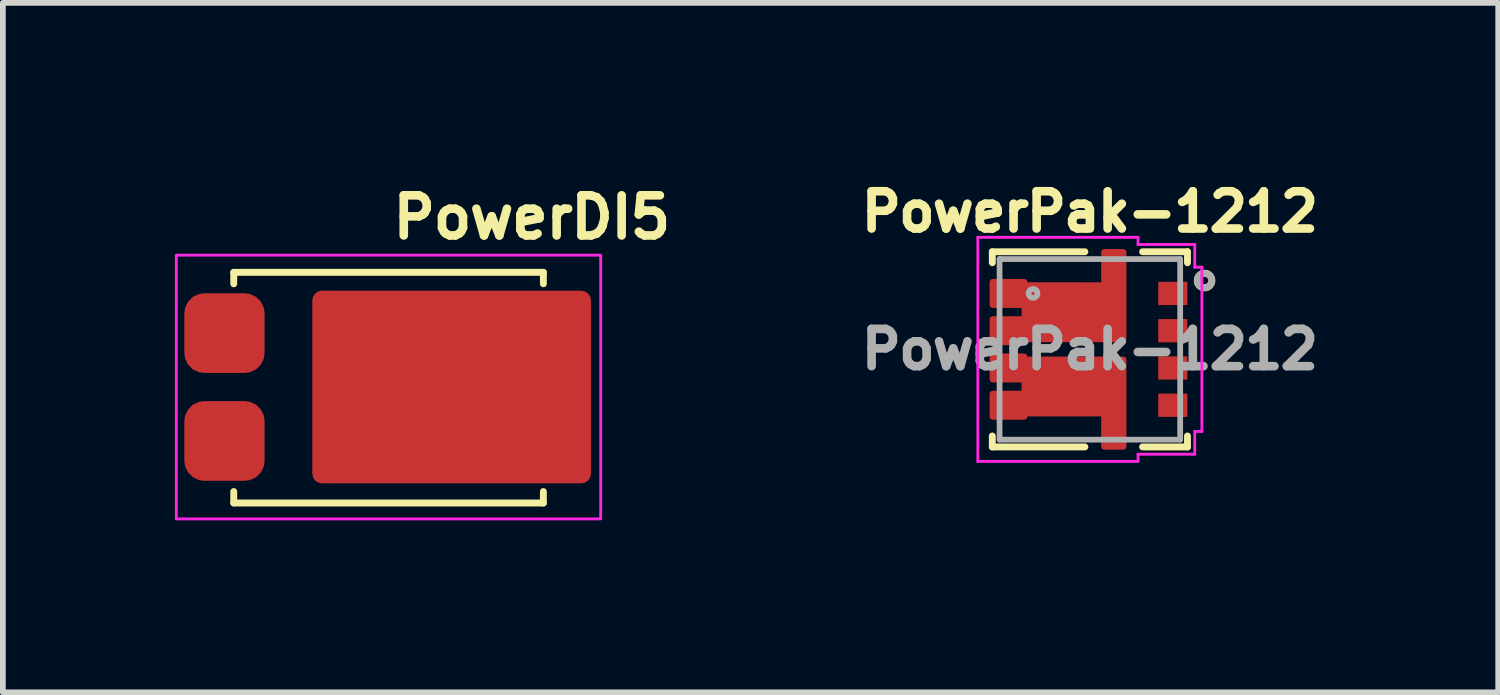
<source format=kicad_pcb>
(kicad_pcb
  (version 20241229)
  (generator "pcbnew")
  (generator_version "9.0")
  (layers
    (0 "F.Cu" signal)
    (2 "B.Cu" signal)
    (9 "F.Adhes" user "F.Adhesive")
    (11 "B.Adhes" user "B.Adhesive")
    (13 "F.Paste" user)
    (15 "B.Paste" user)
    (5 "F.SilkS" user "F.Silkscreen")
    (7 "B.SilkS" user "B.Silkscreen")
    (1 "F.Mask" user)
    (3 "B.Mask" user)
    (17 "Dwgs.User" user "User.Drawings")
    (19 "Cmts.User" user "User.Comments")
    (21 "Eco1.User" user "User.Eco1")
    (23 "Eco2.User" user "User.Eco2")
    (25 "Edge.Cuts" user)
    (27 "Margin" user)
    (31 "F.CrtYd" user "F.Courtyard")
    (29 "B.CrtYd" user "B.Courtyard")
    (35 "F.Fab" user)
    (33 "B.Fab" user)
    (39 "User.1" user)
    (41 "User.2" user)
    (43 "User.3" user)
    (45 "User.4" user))
  (footprint "PowerPak-1212"
    (layer "F.Cu")
    (at 15.959 3.043)
    (property "Reference" "PowerPak-1212" (at 0 -2.4 0) (layer "F.SilkS") (effects (font (size 0.65 0.65) (thickness 0.15))))
    (attr smd)
    (fp_poly (pts (xy -1.7 -1.178) (xy -1.141 -1.178) (xy -1.141 -1.119) (xy 0.246 -1.119) (xy 0.246 -1.7) (xy 0.586 -1.7) (xy 0.586 -0.174) (xy -1.141 -0.174) (xy -1.141 -0.122) (xy -1.7 -0.122) (xy -1.7 -0.528) (xy -1.141 -0.528) (xy -1.141 -0.772) (xy -1.7 -0.772)) (stroke (width 0.1) (type solid)) (fill yes) (layer "F.Mask"))
    (fp_poly (pts (xy 0.586 0.174) (xy 0.586 1.7) (xy 0.246 1.7) (xy 0.246 1.119) (xy -1.141 1.119) (xy -1.141 1.178) (xy -1.7 1.178) (xy -1.7 0.772) (xy -1.141 0.772) (xy -1.141 0.528) (xy -1.7 0.528) (xy -1.7 0.122) (xy -1.141 0.122) (xy -1.141 0.174)) (stroke (width 0.1) (type solid)) (fill yes) (layer "F.Mask"))
    (fp_line (start -1.702 -1.702) (end -1.702 -1.511) (stroke (width 0.12) (type solid)) (layer "F.SilkS"))
    (fp_line (start -1.702 1.511) (end -1.702 1.702) (stroke (width 0.12) (type solid)) (layer "F.SilkS"))
    (fp_line (start -1.702 1.702) (end -0.087 1.702) (stroke (width 0.12) (type solid)) (layer "F.SilkS"))
    (fp_line (start -0.087 -1.702) (end -1.702 -1.702) (stroke (width 0.12) (type solid)) (layer "F.SilkS"))
    (fp_line (start 0.919 1.702) (end 1.702 1.702) (stroke (width 0.12) (type solid)) (layer "F.SilkS"))
    (fp_line (start 1.702 -1.702) (end 0.919 -1.702) (stroke (width 0.12) (type solid)) (layer "F.SilkS"))
    (fp_line (start 1.702 -1.511) (end 1.702 -1.702) (stroke (width 0.12) (type solid)) (layer "F.SilkS"))
    (fp_line (start 1.702 1.702) (end 1.702 1.511) (stroke (width 0.12) (type solid)) (layer "F.SilkS"))
    (fp_circle (center 2 -1.2) (end 2.127 -1.2) (stroke (width 0.12) (type solid)) (fill no) (layer "F.SilkS"))
    (fp_poly (pts (xy -1.7 -0.122) (xy -1.7 -0.528) (xy -1.141 -0.528) (xy -1.141 -0.772) (xy -1.7 -0.772) (xy -1.7 -1.178) (xy -1.141 -1.178) (xy -1.141 -1.119) (xy 0.246 -1.119) (xy 0.246 -1.7) (xy 0.586 -1.7) (xy 0.586 -1.119) (xy 0.586 -0.174) (xy -1.141 -0.174) (xy -1.141 -0.122)) (stroke (width 0.1) (type solid)) (fill yes) (layer "F.Paste"))
    (fp_poly (pts (xy -1.7 1.178) (xy -1.7 0.772) (xy -1.141 0.772) (xy -1.141 0.528) (xy -1.7 0.528) (xy -1.7 0.122) (xy -1.141 0.122) (xy -1.141 0.174) (xy 0.586 0.174) (xy 0.586 1.119) (xy 0.586 1.7) (xy 0.246 1.7) (xy 0.246 1.119) (xy -1.141 1.119) (xy -1.141 1.178)) (stroke (width 0.1) (type solid)) (fill yes) (layer "F.Paste"))
    (fp_line (start -1.954 -1.954) (end -1.954 1.954) (stroke (width 0.05) (type solid)) (layer "F.CrtYd"))
    (fp_line (start -1.954 1.954) (end 0.84 1.954) (stroke (width 0.05) (type solid)) (layer "F.CrtYd"))
    (fp_line (start 0.84 -1.954) (end -1.954 -1.954) (stroke (width 0.05) (type solid)) (layer "F.CrtYd"))
    (fp_line (start 0.84 -1.829) (end 0.84 -1.954) (stroke (width 0.05) (type solid)) (layer "F.CrtYd"))
    (fp_line (start 0.84 1.829) (end 1.829 1.829) (stroke (width 0.05) (type solid)) (layer "F.CrtYd"))
    (fp_line (start 0.84 1.954) (end 0.84 1.829) (stroke (width 0.05) (type solid)) (layer "F.CrtYd"))
    (fp_line (start 1.829 -1.829) (end 0.84 -1.829) (stroke (width 0.05) (type solid)) (layer "F.CrtYd"))
    (fp_line (start 1.829 -1.432) (end 1.829 -1.829) (stroke (width 0.05) (type solid)) (layer "F.CrtYd"))
    (fp_line (start 1.829 1.432) (end 1.954 1.432) (stroke (width 0.05) (type solid)) (layer "F.CrtYd"))
    (fp_line (start 1.829 1.829) (end 1.829 1.432) (stroke (width 0.05) (type solid)) (layer "F.CrtYd"))
    (fp_line (start 1.954 -1.432) (end 1.829 -1.432) (stroke (width 0.05) (type solid)) (layer "F.CrtYd"))
    (fp_line (start 1.954 1.432) (end 1.954 -1.432) (stroke (width 0.05) (type solid)) (layer "F.CrtYd"))
    (fp_line (start -1.575 -1.575) (end -1.575 1.575) (stroke (width 0.1) (type solid)) (layer "F.Fab"))
    (fp_line (start -1.575 1.575) (end 1.575 1.575) (stroke (width 0.1) (type solid)) (layer "F.Fab"))
    (fp_line (start 1.575 -1.575) (end -1.575 -1.575) (stroke (width 0.1) (type solid)) (layer "F.Fab"))
    (fp_line (start 1.575 1.575) (end 1.575 -1.575) (stroke (width 0.1) (type solid)) (layer "F.Fab"))
    (fp_circle (center -0.991 -0.975) (end -0.914 -0.975) (stroke (width 0.1) (type solid)) (fill no) (layer "F.Fab"))
    (fp_circle (center 2 -1.2) (end 2.127 -1.2) (stroke (width 0.12) (type solid)) (fill no) (layer "F.Fab"))
    (fp_text user "${REFERENCE}" (at 0 0 0) (layer "F.Fab") (effects (font (size 0.65 0.65) (thickness 0.15))))
    (pad "1" smd rect (at 1.446 -0.975) (size 0.508 0.406) (layers "F.Cu" "F.Mask" "F.Paste"))
    (pad "2" smd rect (at 1.446 -0.325) (size 0.508 0.406) (layers "F.Cu" "F.Mask" "F.Paste"))
    (pad "3" smd rect (at 1.446 0.325) (size 0.508 0.406) (layers "F.Cu" "F.Mask" "F.Paste"))
    (pad "4" smd rect (at 1.446 0.975) (size 0.508 0.406) (layers "F.Cu" "F.Mask" "F.Paste"))
    (pad "5" smd rect (at -1.42 0.975) (size 0.559 0.406) (layers "F.Cu" "F.Mask" "F.Paste"))
    (pad "6" smd custom (at -1.42 0.325) (size 0.559 0.406) (layers "F.Cu" "F.Mask" "F.Paste") (options (anchor rect)) (primitives (gr_poly (pts (xy -0.279 0.853) (xy -0.279 0.447) (xy 0.279 0.447) (xy 0.279 0.203) (xy -0.279 0.203) (xy -0.279 -0.203) (xy 0.279 -0.203) (xy 0.279 -0.15) (xy 2.007 -0.15) (xy 2.007 1.375) (xy 1.667 1.375) (xy 1.667 0.794) (xy 0.279 0.795) (xy 0.279 0.853)) (width 0.1) (fill yes))))
    (pad "7" smd custom (at -1.42 -0.325) (size 0.559 0.406) (layers "F.Cu" "F.Mask" "F.Paste") (options (anchor rect)) (primitives (gr_poly (pts (xy -0.279 -0.447) (xy -0.279 -0.853) (xy 0.279 -0.853) (xy 0.279 -0.795) (xy 1.667 -0.794) (xy 1.667 -1.375) (xy 2.007 -1.375) (xy 2.007 -0.795) (xy 2.007 0.15) (xy 0.279 0.15) (xy 0.279 0.203) (xy -0.279 0.203) (xy -0.279 -0.203) (xy 0.279 -0.203) (xy 0.279 -0.447)) (width 0.1) (fill yes))))
    (pad "8" smd rect (at -1.42 -0.975) (size 0.559 0.406) (layers "F.Cu" "F.Mask" "F.Paste")))
  (footprint "PowerDI5"
    (layer "F.Cu")
    (at 3.727 3.7)
    (property "Reference" "PowerDI5" (at 0 -2.55 0) (layer "F.SilkS") (effects (font (size 0.7 0.7) (thickness 0.15)) (justify left bottom)))
    (attr smd)
    (fp_line (start -2.7 -2) (end 2.7 -2) (stroke (width 0.12) (type solid)) (layer "F.SilkS"))
    (fp_line (start -2.7 -1.8) (end -2.7 -2) (stroke (width 0.12) (type solid)) (layer "F.SilkS"))
    (fp_line (start -2.7 2.023) (end -2.7 1.823) (stroke (width 0.12) (type solid)) (layer "F.SilkS"))
    (fp_line (start 2.7 -2) (end 2.7 -1.8) (stroke (width 0.12) (type solid)) (layer "F.SilkS"))
    (fp_line (start 2.7 1.823) (end 2.7 2.023) (stroke (width 0.12) (type solid)) (layer "F.SilkS"))
    (fp_line (start 2.7 2.023) (end -2.7 2.023) (stroke (width 0.12) (type solid)) (layer "F.SilkS"))
    (fp_rect (start -3.702 -2.3) (end 3.7 2.3) (stroke (width 0.05) (type solid)) (fill no) (layer "F.CrtYd"))
    (fp_rect (start -3.302 -2.025) (end 3.3 2.023) (stroke (width 0.1) (type solid)) (fill no) (layer "User.5"))
    (fp_line (start -3.302 -1.416) (end -3.302 -0.426) (stroke (width 0.02) (type solid)) (layer "User.9"))
    (fp_line (start -3.302 -0.426) (end -2.652 -0.426) (stroke (width 0.02) (type solid)) (layer "User.9"))
    (fp_line (start -3.302 0.423) (end -3.302 1.413) (stroke (width 0.02) (type solid)) (layer "User.9"))
    (fp_line (start -3.302 1.413) (end -2.652 1.413) (stroke (width 0.02) (type solid)) (layer "User.9"))
    (fp_line (start -2.652 -2.025) (end -2.505 -1.881) (stroke (width 0.02) (type solid)) (layer "User.9"))
    (fp_line (start -2.652 -2.025) (end 2.648 -2.025) (stroke (width 0.02) (type solid)) (layer "User.9"))
    (fp_line (start -2.652 -1.416) (end -3.302 -1.416) (stroke (width 0.02) (type solid)) (layer "User.9"))
    (fp_line (start -2.652 -1.416) (end -2.652 -2.025) (stroke (width 0.02) (type solid)) (layer "User.9"))
    (fp_line (start -2.652 -0.426) (end -2.652 -1.416) (stroke (width 0.02) (type solid)) (layer "User.9"))
    (fp_line (start -2.652 0.423) (end -3.302 0.423) (stroke (width 0.02) (type solid)) (layer "User.9"))
    (fp_line (start -2.652 0.423) (end -2.652 -0.426) (stroke (width 0.02) (type solid)) (layer "User.9"))
    (fp_line (start -2.652 1.413) (end -2.652 0.423) (stroke (width 0.02) (type solid)) (layer "User.9"))
    (fp_line (start -2.652 2.023) (end -2.652 1.413) (stroke (width 0.02) (type solid)) (layer "User.9"))
    (fp_line (start -2.652 2.023) (end -2.505 1.878) (stroke (width 0.02) (type solid)) (layer "User.9"))
    (fp_line (start -2.505 -1.881) (end -2.505 1.878) (stroke (width 0.02) (type solid)) (layer "User.9"))
    (fp_line (start -2.505 1.878) (end 2.503 1.878) (stroke (width 0.02) (type solid)) (layer "User.9"))
    (fp_line (start 2.503 -1.881) (end -2.505 -1.881) (stroke (width 0.02) (type solid)) (layer "User.9"))
    (fp_line (start 2.503 1.878) (end 2.503 -1.881) (stroke (width 0.02) (type solid)) (layer "User.9"))
    (fp_line (start 2.503 1.878) (end 2.648 2.023) (stroke (width 0.02) (type solid)) (layer "User.9"))
    (fp_line (start 2.648 -2.025) (end 2.503 -1.881) (stroke (width 0.02) (type solid)) (layer "User.9"))
    (fp_line (start 2.648 -2.025) (end 2.648 -0.942) (stroke (width 0.02) (type solid)) (layer "User.9"))
    (fp_line (start 2.648 -0.942) (end 2.648 0.939) (stroke (width 0.02) (type solid)) (layer "User.9"))
    (fp_line (start 2.648 0.939) (end 2.648 2.023) (stroke (width 0.02) (type solid)) (layer "User.9"))
    (fp_line (start 2.648 0.939) (end 3.3 0.939) (stroke (width 0.02) (type solid)) (layer "User.9"))
    (fp_line (start 2.648 2.023) (end -2.652 2.023) (stroke (width 0.02) (type solid)) (layer "User.9"))
    (fp_line (start 3.148 -0.501) (end 3.3 -0.501) (stroke (width 0.02) (type solid)) (layer "User.9"))
    (fp_line (start 3.148 0.498) (end 3.148 -0.501) (stroke (width 0.02) (type solid)) (layer "User.9"))
    (fp_line (start 3.3 -0.942) (end 2.648 -0.942) (stroke (width 0.02) (type solid)) (layer "User.9"))
    (fp_line (start 3.3 -0.501) (end 3.3 -0.942) (stroke (width 0.02) (type solid)) (layer "User.9"))
    (fp_line (start 3.3 0.498) (end 3.148 0.498) (stroke (width 0.02) (type solid)) (layer "User.9"))
    (fp_line (start 3.3 0.939) (end 3.3 0.498) (stroke (width 0.02) (type solid)) (layer "User.9"))
    (pad "A" smd roundrect (at -2.862 -0.94 90) (size 1.39 1.4) (layers "F.Cu" "F.Mask" "F.Paste") (roundrect_rratio 0.25))
    (pad "A" smd roundrect (at -2.862 0.941 270) (size 1.39 1.4) (layers "F.Cu" "F.Mask" "F.Paste") (roundrect_rratio 0.25))
    (pad "C" smd roundrect (at 1.1 0 270) (size 3.36 4.86) (layers "F.Cu" "F.Mask" "F.Paste") (roundrect_rratio 0.05)))
  (gr_rect
    (start -3 -3)
    (end 23.081 9.025)
    (stroke (width 0.1) (type default))
    (fill no)
    (layer "Edge.Cuts")))
</source>
